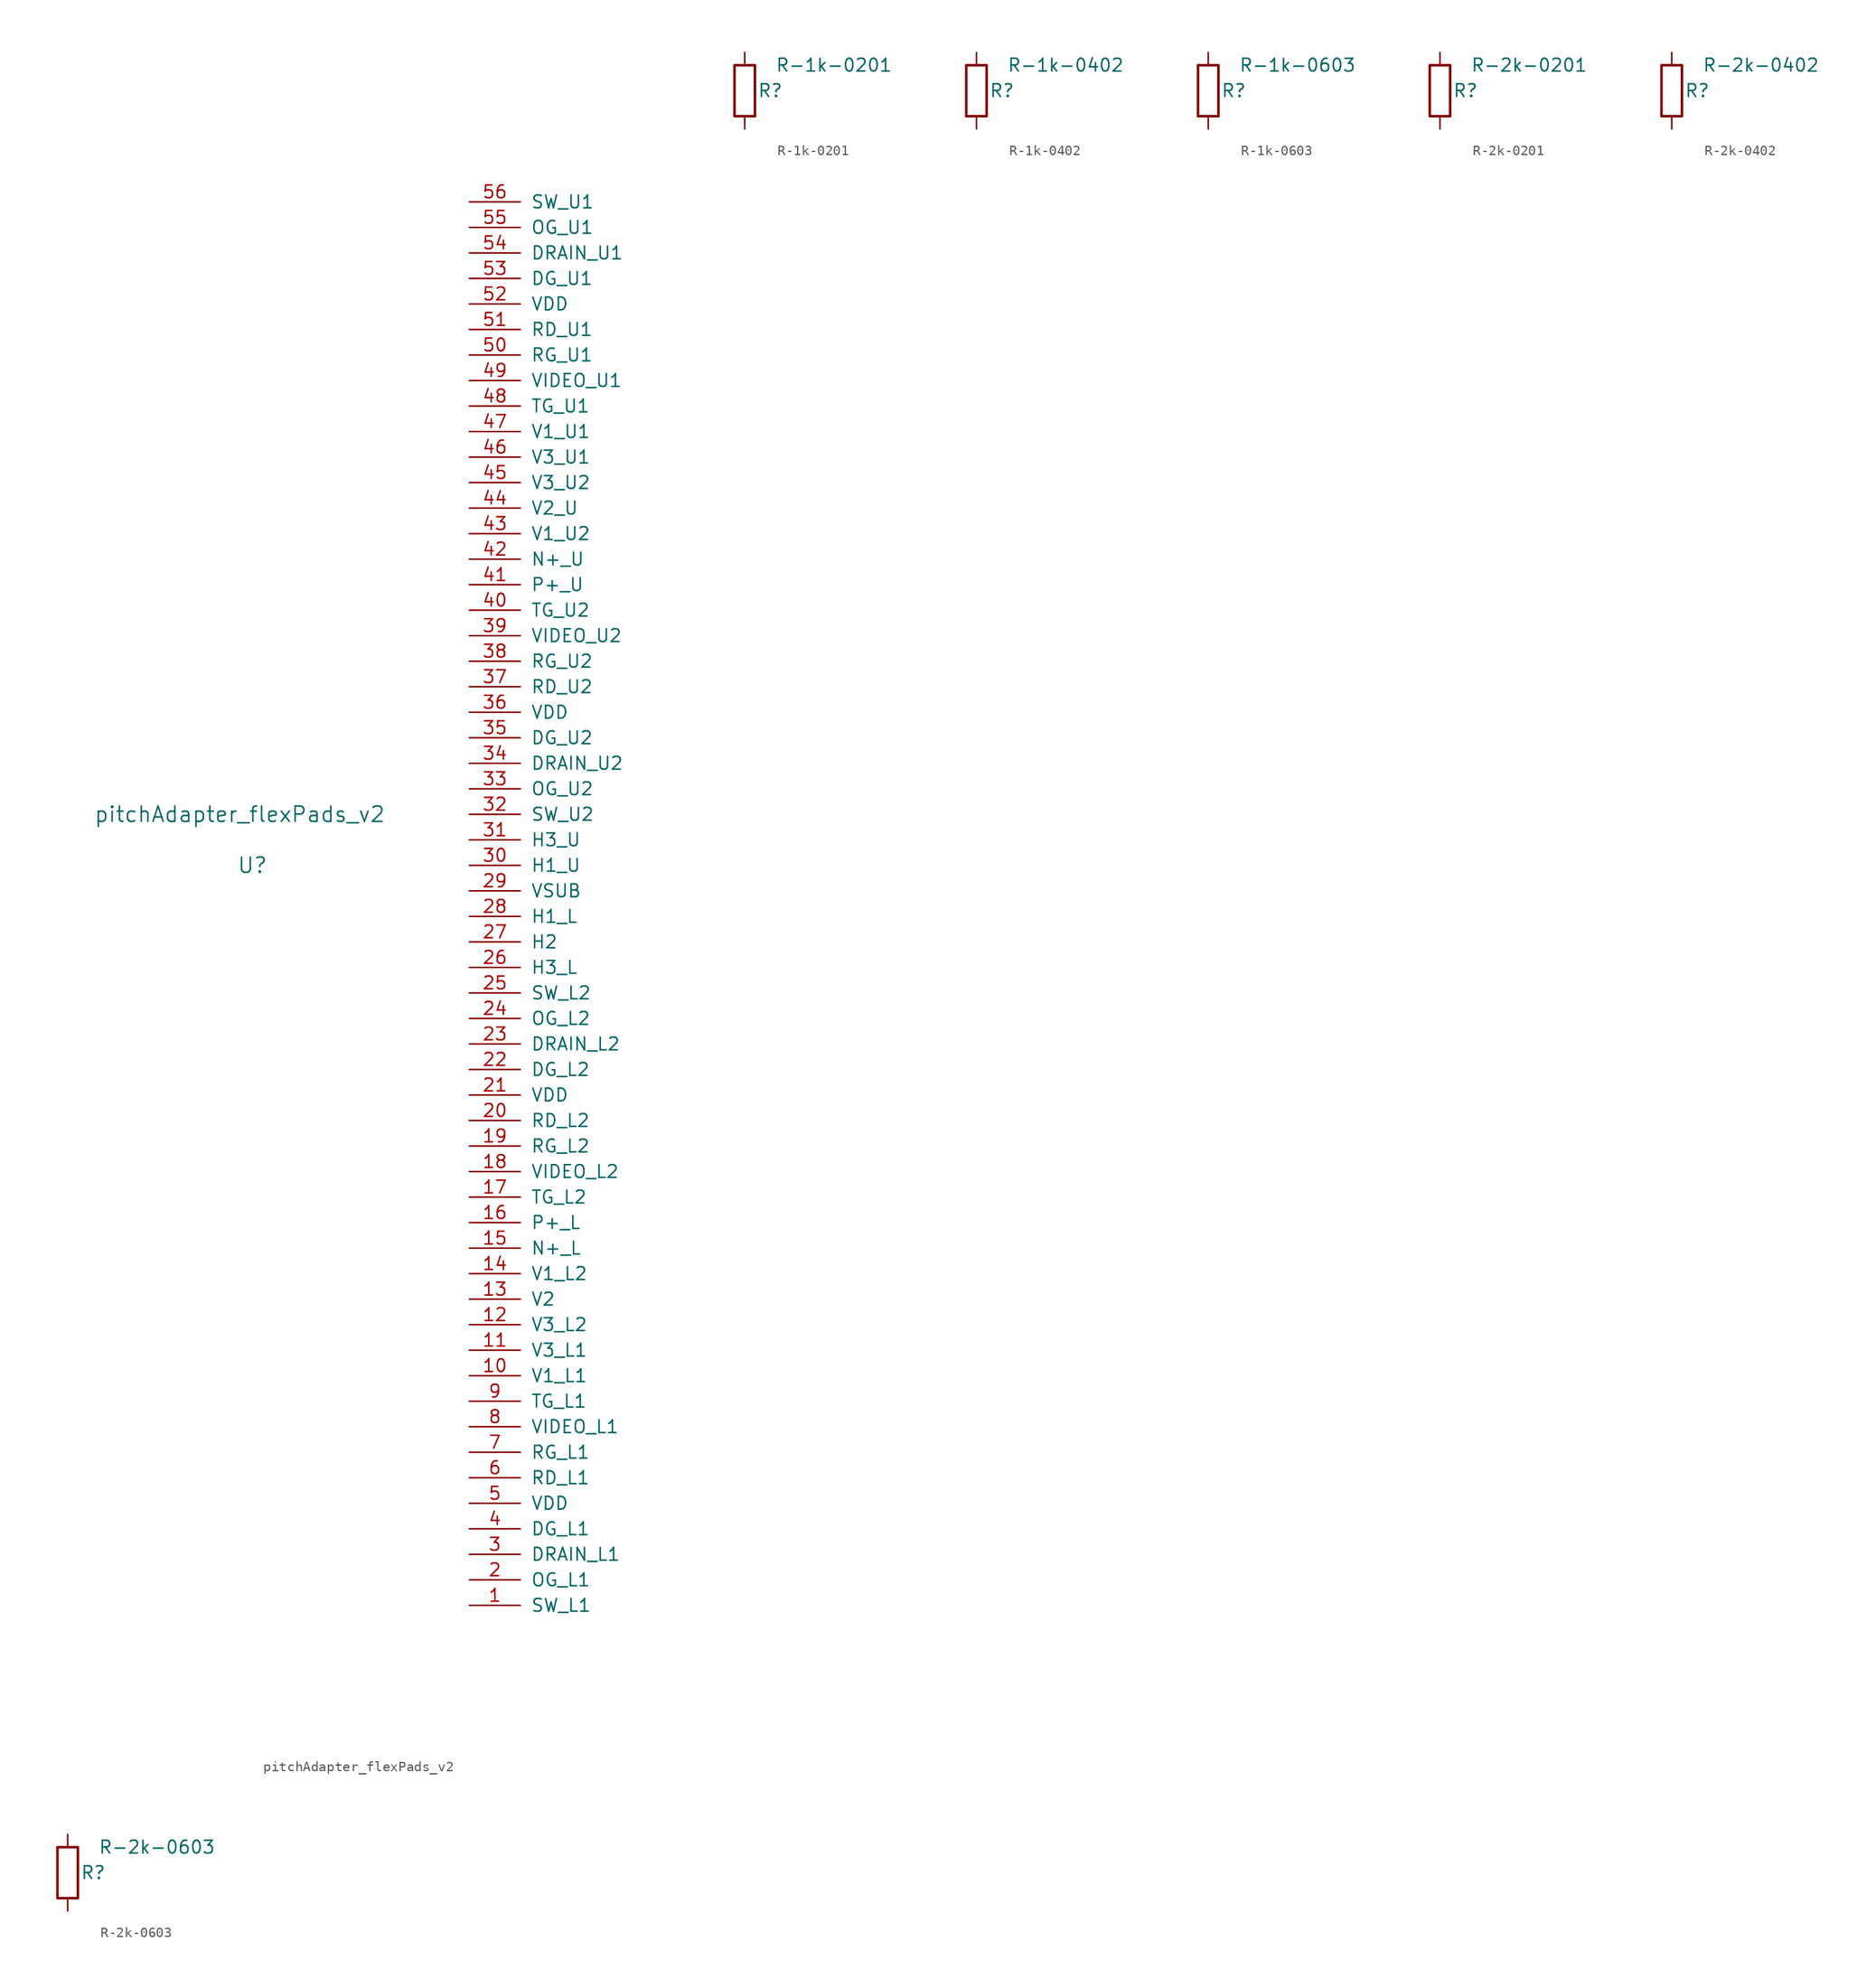
<source format=kicad_sym>
(kicad_symbol_lib
  (version 20220914)
  (generator kicad_symbol_editor)
  (symbol "pitchAdapter_flexPads_v2"
    (pin_names
      (offset 1.016))
    (property "Reference" "U"
      (at 0 0 0)
      (effects (font (size 1.524 1.524))))
    (property "Value" "pitchAdapter_flexPads_v2"
      (at -1.27 5.08 0)
      (effects (font (size 1.524 1.524))))
    (symbol "pitchAdapter_flexPads_v2_1_1"
      (pin input line (at 21.59 -73.66 0) (length 5.08) (name "SW_L1" (effects (font (size 1.27 1.27)))) (number "1" (effects (font (size 1.27 1.27)))))
      (pin input line (at 21.59 -50.8 0) (length 5.08) (name "V1_L1" (effects (font (size 1.27 1.27)))) (number "10" (effects (font (size 1.27 1.27)))))
      (pin input line (at 21.59 -48.26 0) (length 5.08) (name "V3_L1" (effects (font (size 1.27 1.27)))) (number "11" (effects (font (size 1.27 1.27)))))
      (pin input line (at 21.59 -45.72 0) (length 5.08) (name "V3_L2" (effects (font (size 1.27 1.27)))) (number "12" (effects (font (size 1.27 1.27)))))
      (pin input line (at 21.59 -43.18 0) (length 5.08) (name "V2" (effects (font (size 1.27 1.27)))) (number "13" (effects (font (size 1.27 1.27)))))
      (pin input line (at 21.59 -40.64 0) (length 5.08) (name "V1_L2" (effects (font (size 1.27 1.27)))) (number "14" (effects (font (size 1.27 1.27)))))
      (pin input line (at 21.59 -38.1 0) (length 5.08) (name "N+_L" (effects (font (size 1.27 1.27)))) (number "15" (effects (font (size 1.27 1.27)))))
      (pin input line (at 21.59 -35.56 0) (length 5.08) (name "P+_L" (effects (font (size 1.27 1.27)))) (number "16" (effects (font (size 1.27 1.27)))))
      (pin input line (at 21.59 -33.02 0) (length 5.08) (name "TG_L2" (effects (font (size 1.27 1.27)))) (number "17" (effects (font (size 1.27 1.27)))))
      (pin input line (at 21.59 -30.48 0) (length 5.08) (name "VIDEO_L2" (effects (font (size 1.27 1.27)))) (number "18" (effects (font (size 1.27 1.27)))))
      (pin input line (at 21.59 -27.94 0) (length 5.08) (name "RG_L2" (effects (font (size 1.27 1.27)))) (number "19" (effects (font (size 1.27 1.27)))))
      (pin input line (at 21.59 -71.12 0) (length 5.08) (name "OG_L1" (effects (font (size 1.27 1.27)))) (number "2" (effects (font (size 1.27 1.27)))))
      (pin input line (at 21.59 -25.4 0) (length 5.08) (name "RD_L2" (effects (font (size 1.27 1.27)))) (number "20" (effects (font (size 1.27 1.27)))))
      (pin input line (at 21.59 -22.86 0) (length 5.08) (name "VDD" (effects (font (size 1.27 1.27)))) (number "21" (effects (font (size 1.27 1.27)))))
      (pin input line (at 21.59 -20.32 0) (length 5.08) (name "DG_L2" (effects (font (size 1.27 1.27)))) (number "22" (effects (font (size 1.27 1.27)))))
      (pin input line (at 21.59 -17.78 0) (length 5.08) (name "DRAIN_L2" (effects (font (size 1.27 1.27)))) (number "23" (effects (font (size 1.27 1.27)))))
      (pin input line (at 21.59 -15.24 0) (length 5.08) (name "OG_L2" (effects (font (size 1.27 1.27)))) (number "24" (effects (font (size 1.27 1.27)))))
      (pin input line (at 21.59 -12.7 0) (length 5.08) (name "SW_L2" (effects (font (size 1.27 1.27)))) (number "25" (effects (font (size 1.27 1.27)))))
      (pin input line (at 21.59 -10.16 0) (length 5.08) (name "H3_L" (effects (font (size 1.27 1.27)))) (number "26" (effects (font (size 1.27 1.27)))))
      (pin input line (at 21.59 -7.62 0) (length 5.08) (name "H2" (effects (font (size 1.27 1.27)))) (number "27" (effects (font (size 1.27 1.27)))))
      (pin input line (at 21.59 -5.08 0) (length 5.08) (name "H1_L" (effects (font (size 1.27 1.27)))) (number "28" (effects (font (size 1.27 1.27)))))
      (pin input line (at 21.59 -2.54 0) (length 5.08) (name "VSUB" (effects (font (size 1.27 1.27)))) (number "29" (effects (font (size 1.27 1.27)))))
      (pin input line (at 21.59 -68.58 0) (length 5.08) (name "DRAIN_L1" (effects (font (size 1.27 1.27)))) (number "3" (effects (font (size 1.27 1.27)))))
      (pin input line (at 21.59 0 0) (length 5.08) (name "H1_U" (effects (font (size 1.27 1.27)))) (number "30" (effects (font (size 1.27 1.27)))))
      (pin input line (at 21.59 2.54 0) (length 5.08) (name "H3_U" (effects (font (size 1.27 1.27)))) (number "31" (effects (font (size 1.27 1.27)))))
      (pin input line (at 21.59 5.08 0) (length 5.08) (name "SW_U2" (effects (font (size 1.27 1.27)))) (number "32" (effects (font (size 1.27 1.27)))))
      (pin input line (at 21.59 7.62 0) (length 5.08) (name "OG_U2" (effects (font (size 1.27 1.27)))) (number "33" (effects (font (size 1.27 1.27)))))
      (pin input line (at 21.59 10.16 0) (length 5.08) (name "DRAIN_U2" (effects (font (size 1.27 1.27)))) (number "34" (effects (font (size 1.27 1.27)))))
      (pin input line (at 21.59 12.7 0) (length 5.08) (name "DG_U2" (effects (font (size 1.27 1.27)))) (number "35" (effects (font (size 1.27 1.27)))))
      (pin input line (at 21.59 15.24 0) (length 5.08) (name "VDD" (effects (font (size 1.27 1.27)))) (number "36" (effects (font (size 1.27 1.27)))))
      (pin input line (at 21.59 17.78 0) (length 5.08) (name "RD_U2" (effects (font (size 1.27 1.27)))) (number "37" (effects (font (size 1.27 1.27)))))
      (pin input line (at 21.59 20.32 0) (length 5.08) (name "RG_U2" (effects (font (size 1.27 1.27)))) (number "38" (effects (font (size 1.27 1.27)))))
      (pin input line (at 21.59 22.86 0) (length 5.08) (name "VIDEO_U2" (effects (font (size 1.27 1.27)))) (number "39" (effects (font (size 1.27 1.27)))))
      (pin input line (at 21.59 -66.04 0) (length 5.08) (name "DG_L1" (effects (font (size 1.27 1.27)))) (number "4" (effects (font (size 1.27 1.27)))))
      (pin input line (at 21.59 25.4 0) (length 5.08) (name "TG_U2" (effects (font (size 1.27 1.27)))) (number "40" (effects (font (size 1.27 1.27)))))
      (pin input line (at 21.59 27.94 0) (length 5.08) (name "P+_U" (effects (font (size 1.27 1.27)))) (number "41" (effects (font (size 1.27 1.27)))))
      (pin input line (at 21.59 30.48 0) (length 5.08) (name "N+_U" (effects (font (size 1.27 1.27)))) (number "42" (effects (font (size 1.27 1.27)))))
      (pin input line (at 21.59 33.02 0) (length 5.08) (name "V1_U2" (effects (font (size 1.27 1.27)))) (number "43" (effects (font (size 1.27 1.27)))))
      (pin input line (at 21.59 35.56 0) (length 5.08) (name "V2_U" (effects (font (size 1.27 1.27)))) (number "44" (effects (font (size 1.27 1.27)))))
      (pin input line (at 21.59 38.1 0) (length 5.08) (name "V3_U2" (effects (font (size 1.27 1.27)))) (number "45" (effects (font (size 1.27 1.27)))))
      (pin input line (at 21.59 40.64 0) (length 5.08) (name "V3_U1" (effects (font (size 1.27 1.27)))) (number "46" (effects (font (size 1.27 1.27)))))
      (pin input line (at 21.59 43.18 0) (length 5.08) (name "V1_U1" (effects (font (size 1.27 1.27)))) (number "47" (effects (font (size 1.27 1.27)))))
      (pin input line (at 21.59 45.72 0) (length 5.08) (name "TG_U1" (effects (font (size 1.27 1.27)))) (number "48" (effects (font (size 1.27 1.27)))))
      (pin input line (at 21.59 48.26 0) (length 5.08) (name "VIDEO_U1" (effects (font (size 1.27 1.27)))) (number "49" (effects (font (size 1.27 1.27)))))
      (pin input line (at 21.59 -63.5 0) (length 5.08) (name "VDD" (effects (font (size 1.27 1.27)))) (number "5" (effects (font (size 1.27 1.27)))))
      (pin input line (at 21.59 50.8 0) (length 5.08) (name "RG_U1" (effects (font (size 1.27 1.27)))) (number "50" (effects (font (size 1.27 1.27)))))
      (pin input line (at 21.59 53.34 0) (length 5.08) (name "RD_U1" (effects (font (size 1.27 1.27)))) (number "51" (effects (font (size 1.27 1.27)))))
      (pin input line (at 21.59 55.88 0) (length 5.08) (name "VDD" (effects (font (size 1.27 1.27)))) (number "52" (effects (font (size 1.27 1.27)))))
      (pin input line (at 21.59 58.42 0) (length 5.08) (name "DG_U1" (effects (font (size 1.27 1.27)))) (number "53" (effects (font (size 1.27 1.27)))))
      (pin input line (at 21.59 60.96 0) (length 5.08) (name "DRAIN_U1" (effects (font (size 1.27 1.27)))) (number "54" (effects (font (size 1.27 1.27)))))
      (pin input line (at 21.59 63.5 0) (length 5.08) (name "OG_U1" (effects (font (size 1.27 1.27)))) (number "55" (effects (font (size 1.27 1.27)))))
      (pin input line (at 21.59 66.04 0) (length 5.08) (name "SW_U1" (effects (font (size 1.27 1.27)))) (number "56" (effects (font (size 1.27 1.27)))))
      (pin input line (at 21.59 -60.96 0) (length 5.08) (name "RD_L1" (effects (font (size 1.27 1.27)))) (number "6" (effects (font (size 1.27 1.27)))))
      (pin input line (at 21.59 -58.42 0) (length 5.08) (name "RG_L1" (effects (font (size 1.27 1.27)))) (number "7" (effects (font (size 1.27 1.27)))))
      (pin input line (at 21.59 -55.88 0) (length 5.08) (name "VIDEO_L1" (effects (font (size 1.27 1.27)))) (number "8" (effects (font (size 1.27 1.27)))))
      (pin input line (at 21.59 -53.34 0) (length 5.08) (name "TG_L1" (effects (font (size 1.27 1.27)))) (number "9" (effects (font (size 1.27 1.27)))))))
  (symbol "R-1k-0201"
    (pin_numbers hide)
    (pin_names
      (offset 0))
    (property "Reference" "R"
      (at 2.54 0 0)
      (effects (font (size 1.27 1.27))))
    (property "Value" "R-1k-0201"
      (at 8.89 2.54 0)
      (effects (font (size 1.27 1.27))))
    (symbol "R-1k-0201_0_1"
      (rectangle (start -1.016 -2.54) (end 1.016 2.54) (stroke (width 0.254) (type default)) (fill (type none))))
    (symbol "R-1k-0201_1_1"
      (pin passive line (at 0 3.81 270) (length 1.27) (name "~" (effects (font (size 1.27 1.27)))) (number "1" (effects (font (size 1.27 1.27)))))
      (pin passive line (at 0 -3.81 90) (length 1.27) (name "~" (effects (font (size 1.27 1.27)))) (number "2" (effects (font (size 1.27 1.27)))))))
  (symbol "R-1k-0402"
    (pin_numbers hide)
    (pin_names
      (offset 0))
    (property "Reference" "R"
      (at 2.54 0 0)
      (effects (font (size 1.27 1.27))))
    (property "Value" "R-1k-0402"
      (at 8.89 2.54 0)
      (effects (font (size 1.27 1.27))))
    (symbol "R-1k-0402_0_1"
      (rectangle (start -1.016 -2.54) (end 1.016 2.54) (stroke (width 0.254) (type default)) (fill (type none))))
    (symbol "R-1k-0402_1_1"
      (pin passive line (at 0 3.81 270) (length 1.27) (name "~" (effects (font (size 1.27 1.27)))) (number "1" (effects (font (size 1.27 1.27)))))
      (pin passive line (at 0 -3.81 90) (length 1.27) (name "~" (effects (font (size 1.27 1.27)))) (number "2" (effects (font (size 1.27 1.27)))))))
  (symbol "R-1k-0603"
    (pin_numbers hide)
    (pin_names
      (offset 0))
    (property "Reference" "R"
      (at 2.54 0 0)
      (effects (font (size 1.27 1.27))))
    (property "Value" "R-1k-0603"
      (at 8.89 2.54 0)
      (effects (font (size 1.27 1.27))))
    (symbol "R-1k-0603_0_1"
      (rectangle (start -1.016 -2.54) (end 1.016 2.54) (stroke (width 0.254) (type default)) (fill (type none))))
    (symbol "R-1k-0603_1_1"
      (pin passive line (at 0 3.81 270) (length 1.27) (name "~" (effects (font (size 1.27 1.27)))) (number "1" (effects (font (size 1.27 1.27)))))
      (pin passive line (at 0 -3.81 90) (length 1.27) (name "~" (effects (font (size 1.27 1.27)))) (number "2" (effects (font (size 1.27 1.27)))))))
  (symbol "R-2k-0201"
    (pin_numbers hide)
    (pin_names
      (offset 0))
    (property "Reference" "R"
      (at 2.54 0 0)
      (effects (font (size 1.27 1.27))))
    (property "Value" "R-2k-0201"
      (at 8.89 2.54 0)
      (effects (font (size 1.27 1.27))))
    (symbol "R-2k-0201_0_1"
      (rectangle (start -1.016 -2.54) (end 1.016 2.54) (stroke (width 0.254) (type default)) (fill (type none))))
    (symbol "R-2k-0201_1_1"
      (pin passive line (at 0 3.81 270) (length 1.27) (name "~" (effects (font (size 1.27 1.27)))) (number "1" (effects (font (size 1.27 1.27)))))
      (pin passive line (at 0 -3.81 90) (length 1.27) (name "~" (effects (font (size 1.27 1.27)))) (number "2" (effects (font (size 1.27 1.27)))))))
  (symbol "R-2k-0402"
    (pin_numbers hide)
    (pin_names
      (offset 0))
    (property "Reference" "R"
      (at 2.54 0 0)
      (effects (font (size 1.27 1.27))))
    (property "Value" "R-2k-0402"
      (at 8.89 2.54 0)
      (effects (font (size 1.27 1.27))))
    (symbol "R-2k-0402_0_1"
      (rectangle (start -1.016 -2.54) (end 1.016 2.54) (stroke (width 0.254) (type default)) (fill (type none))))
    (symbol "R-2k-0402_1_1"
      (pin passive line (at 0 3.81 270) (length 1.27) (name "~" (effects (font (size 1.27 1.27)))) (number "1" (effects (font (size 1.27 1.27)))))
      (pin passive line (at 0 -3.81 90) (length 1.27) (name "~" (effects (font (size 1.27 1.27)))) (number "2" (effects (font (size 1.27 1.27)))))))
  (symbol "R-2k-0603"
    (pin_numbers hide)
    (pin_names
      (offset 0))
    (property "Reference" "R"
      (at 2.54 0 0)
      (effects (font (size 1.27 1.27))))
    (property "Value" "R-2k-0603"
      (at 8.89 2.54 0)
      (effects (font (size 1.27 1.27))))
    (symbol "R-2k-0603_0_1"
      (rectangle (start -1.016 -2.54) (end 1.016 2.54) (stroke (width 0.254) (type default)) (fill (type none))))
    (symbol "R-2k-0603_1_1"
      (pin passive line (at 0 3.81 270) (length 1.27) (name "~" (effects (font (size 1.27 1.27)))) (number "1" (effects (font (size 1.27 1.27)))))
      (pin passive line (at 0 -3.81 90) (length 1.27) (name "~" (effects (font (size 1.27 1.27)))) (number "2" (effects (font (size 1.27 1.27))))))))
</source>
